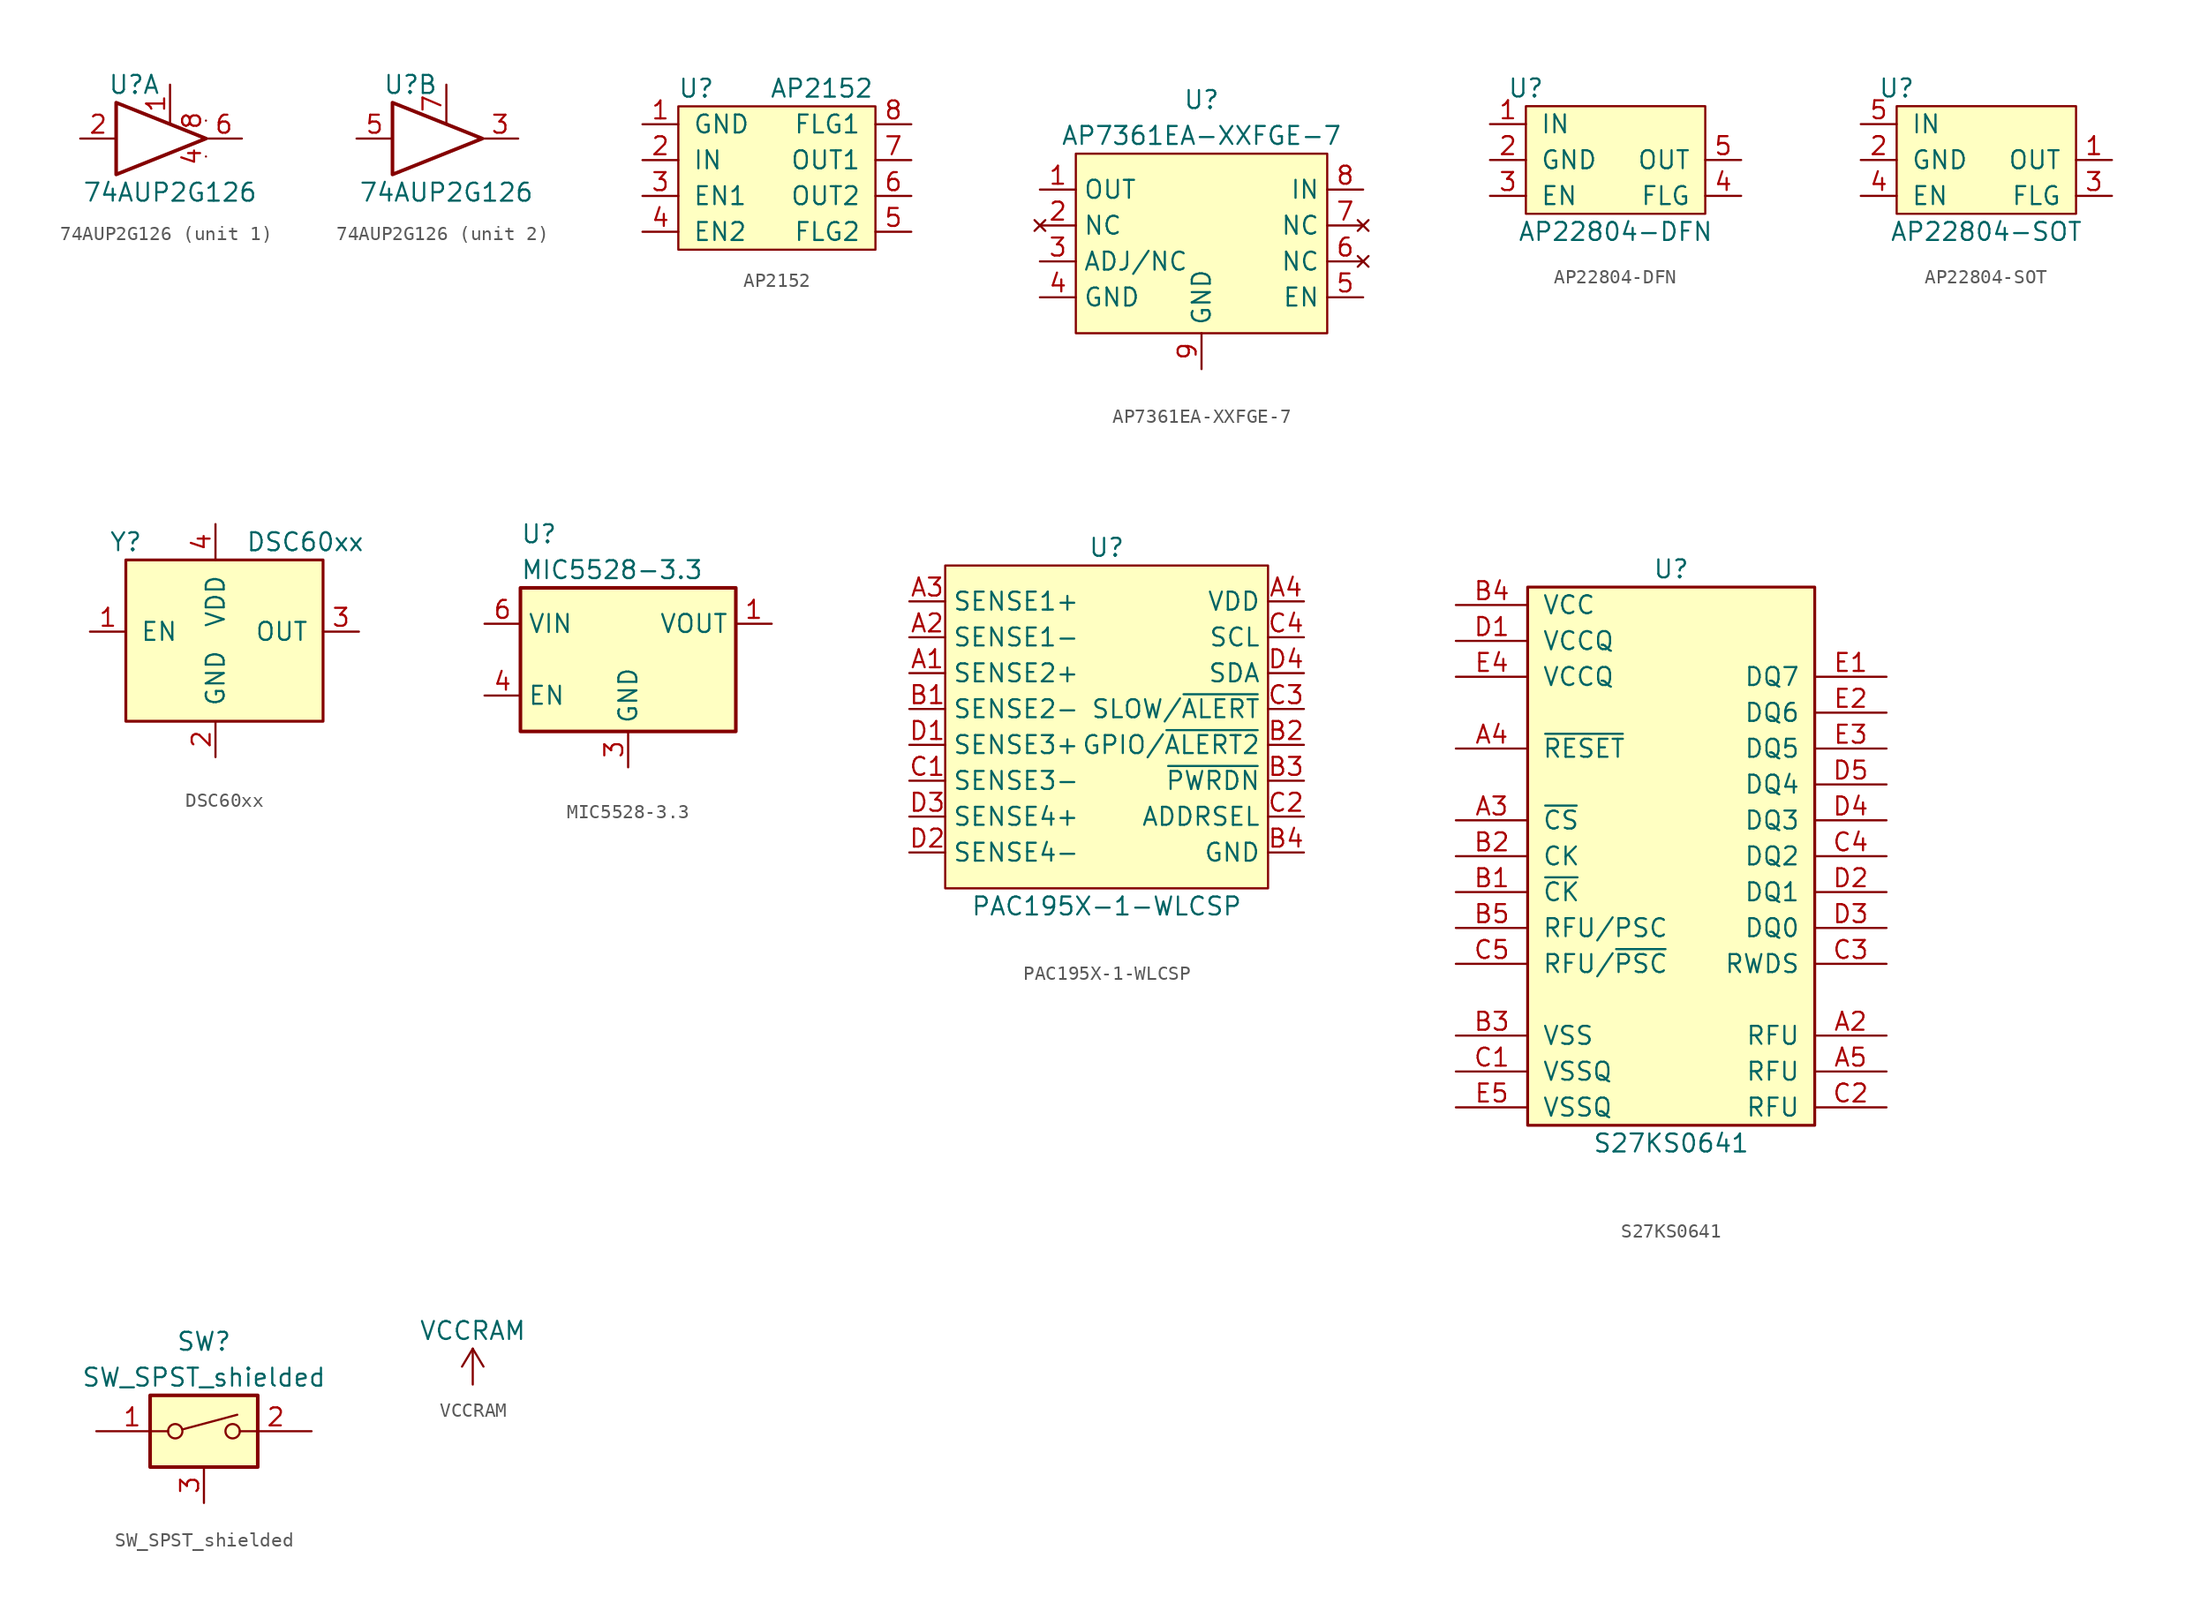
<source format=kicad_sym>
(kicad_symbol_lib
  (version 20211014)
  (generator kicad_symbol_editor)
  (symbol "74AUP2G126"
    (pin_names
      (offset 1.016))
    (property "Reference" "U"
      (at -2.54 3.81 0)
      (effects (font (size 1.27 1.27))))
    (property "Value" "74AUP2G126"
      (at 0 -3.81 0)
      (effects (font (size 1.27 1.27))))
    (property "ki_locked" ""
      (at 0 0 0)
      (effects (font (size 1.27 1.27))))
    (symbol "74AUP2G126_0_1"
      (polyline (pts (xy -3.81 2.54) (xy -3.81 -2.54) (xy 2.54 0) (xy -3.81 2.54)) (stroke (width 0.254) (type default) (color 0 0 0 0)) (fill (type none))))
    (symbol "74AUP2G126_1_1"
      (pin input line (at 0 3.81 270) (length 2.667) (name "~" (effects (font (size 1.27 1.27)))) (number "1" (effects (font (size 1.27 1.27)))))
      (pin input line (at -6.35 0 0) (length 2.54) (name "~" (effects (font (size 1.27 1.27)))) (number "2" (effects (font (size 1.27 1.27)))))
      (pin power_in line (at 2.54 -1.27 270) (length 0) (name "~" (effects (font (size 1.27 1.27)))) (number "4" (effects (font (size 1.27 1.27)))))
      (pin tri_state line (at 5.08 0 180) (length 2.54) (name "~" (effects (font (size 1.27 1.27)))) (number "6" (effects (font (size 1.27 1.27)))))
      (pin power_in line (at 2.54 1.27 270) (length 0) (name "~" (effects (font (size 1.27 1.27)))) (number "8" (effects (font (size 1.27 1.27))))))
    (symbol "74AUP2G126_2_1"
      (pin tri_state line (at 5.08 0 180) (length 2.54) (name "~" (effects (font (size 1.27 1.27)))) (number "3" (effects (font (size 1.27 1.27)))))
      (pin input line (at -6.35 0 0) (length 2.54) (name "~" (effects (font (size 1.27 1.27)))) (number "5" (effects (font (size 1.27 1.27)))))
      (pin input line (at 0 3.81 270) (length 2.667) (name "~" (effects (font (size 1.27 1.27)))) (number "7" (effects (font (size 1.27 1.27)))))))
  (symbol "AP2152"
    (pin_names
      (offset 1.016))
    (property "Reference" "U"
      (at 1.27 1.27 0)
      (effects (font (size 1.27 1.27))))
    (property "Value" "AP2152"
      (at 10.16 1.27 0)
      (effects (font (size 1.27 1.27))))
    (symbol "AP2152_0_1"
      (rectangle (start 0 0) (end 13.97 -10.16) (stroke (width 0) (type default) (color 0 0 0 0)) (fill (type background))))
    (symbol "AP2152_1_1"
      (pin power_in line (at -2.54 -1.27 0) (length 2.54) (name "GND" (effects (font (size 1.27 1.27)))) (number "1" (effects (font (size 1.27 1.27)))))
      (pin power_in line (at -2.54 -3.81 0) (length 2.54) (name "IN" (effects (font (size 1.27 1.27)))) (number "2" (effects (font (size 1.27 1.27)))))
      (pin input line (at -2.54 -6.35 0) (length 2.54) (name "EN1" (effects (font (size 1.27 1.27)))) (number "3" (effects (font (size 1.27 1.27)))))
      (pin input line (at -2.54 -8.89 0) (length 2.54) (name "EN2" (effects (font (size 1.27 1.27)))) (number "4" (effects (font (size 1.27 1.27)))))
      (pin output line (at 16.51 -8.89 180) (length 2.54) (name "FLG2" (effects (font (size 1.27 1.27)))) (number "5" (effects (font (size 1.27 1.27)))))
      (pin output line (at 16.51 -6.35 180) (length 2.54) (name "OUT2" (effects (font (size 1.27 1.27)))) (number "6" (effects (font (size 1.27 1.27)))))
      (pin output line (at 16.51 -3.81 180) (length 2.54) (name "OUT1" (effects (font (size 1.27 1.27)))) (number "7" (effects (font (size 1.27 1.27)))))
      (pin output line (at 16.51 -1.27 180) (length 2.54) (name "FLG1" (effects (font (size 1.27 1.27)))) (number "8" (effects (font (size 1.27 1.27)))))))
  (symbol "AP7361EA-XXFGE-7"
    (property "Reference" "U"
      (at 0 10.16 0)
      (effects (font (size 1.27 1.27))))
    (property "Value" "AP7361EA-XXFGE-7"
      (at 0 7.62 0)
      (effects (font (size 1.27 1.27))))
    (symbol "AP7361EA-XXFGE-7_0_1"
      (rectangle (start -8.89 6.35) (end 8.89 -6.35) (stroke (width 0.152) (type default) (color 0 0 0 0)) (fill (type background))))
    (symbol "AP7361EA-XXFGE-7_1_1"
      (pin power_out line (at -11.43 3.81 0) (length 2.54) (name "OUT" (effects (font (size 1.27 1.27)))) (number "1" (effects (font (size 1.27 1.27)))))
      (pin no_connect line (at -11.43 1.27 0) (length 2.54) (name "NC" (effects (font (size 1.27 1.27)))) (number "2" (effects (font (size 1.27 1.27)))))
      (pin passive line (at -11.43 -1.27 0) (length 2.54) (name "ADJ/NC" (effects (font (size 1.27 1.27)))) (number "3" (effects (font (size 1.27 1.27)))))
      (pin power_in line (at -11.43 -3.81 0) (length 2.54) (name "GND" (effects (font (size 1.27 1.27)))) (number "4" (effects (font (size 1.27 1.27)))))
      (pin input line (at 11.43 -3.81 180) (length 2.54) (name "EN" (effects (font (size 1.27 1.27)))) (number "5" (effects (font (size 1.27 1.27)))))
      (pin no_connect line (at 11.43 -1.27 180) (length 2.54) (name "NC" (effects (font (size 1.27 1.27)))) (number "6" (effects (font (size 1.27 1.27)))))
      (pin no_connect line (at 11.43 1.27 180) (length 2.54) (name "NC" (effects (font (size 1.27 1.27)))) (number "7" (effects (font (size 1.27 1.27)))))
      (pin power_in line (at 11.43 3.81 180) (length 2.54) (name "IN" (effects (font (size 1.27 1.27)))) (number "8" (effects (font (size 1.27 1.27)))))
      (pin power_in line (at 0 -8.89 90) (length 2.54) (name "GND" (effects (font (size 1.27 1.27)))) (number "9" (effects (font (size 1.27 1.27)))))))
  (symbol "AP22804-DFN"
    (pin_names
      (offset 1.016))
    (property "Reference" "U"
      (at 0 1.27 0)
      (effects (font (size 1.27 1.27))))
    (property "Value" "AP22804-DFN"
      (at 6.35 -8.89 0)
      (effects (font (size 1.27 1.27))))
    (symbol "AP22804-DFN_0_1"
      (rectangle (start 0 0) (end 12.7 -7.62) (stroke (width 0) (type default) (color 0 0 0 0)) (fill (type background))))
    (symbol "AP22804-DFN_1_1"
      (pin passive line (at -2.54 -1.27 0) (length 2.54) (name "IN" (effects (font (size 1.27 1.27)))) (number "1" (effects (font (size 1.27 1.27)))))
      (pin power_in line (at -2.54 -3.81 0) (length 2.54) (name "GND" (effects (font (size 1.27 1.27)))) (number "2" (effects (font (size 1.27 1.27)))))
      (pin input line (at -2.54 -6.35 0) (length 2.54) (name "EN" (effects (font (size 1.27 1.27)))) (number "3" (effects (font (size 1.27 1.27)))))
      (pin open_collector line (at 15.24 -6.35 180) (length 2.54) (name "FLG" (effects (font (size 1.27 1.27)))) (number "4" (effects (font (size 1.27 1.27)))))
      (pin passive line (at 15.24 -3.81 180) (length 2.54) (name "OUT" (effects (font (size 1.27 1.27)))) (number "5" (effects (font (size 1.27 1.27)))))))
  (symbol "AP22804-SOT"
    (pin_names
      (offset 1.016))
    (property "Reference" "U"
      (at 0 1.27 0)
      (effects (font (size 1.27 1.27))))
    (property "Value" "AP22804-SOT"
      (at 6.35 -8.89 0)
      (effects (font (size 1.27 1.27))))
    (symbol "AP22804-SOT_0_1"
      (rectangle (start 0 0) (end 12.7 -7.62) (stroke (width 0) (type default) (color 0 0 0 0)) (fill (type background))))
    (symbol "AP22804-SOT_1_1"
      (pin passive line (at 15.24 -3.81 180) (length 2.54) (name "OUT" (effects (font (size 1.27 1.27)))) (number "1" (effects (font (size 1.27 1.27)))))
      (pin power_in line (at -2.54 -3.81 0) (length 2.54) (name "GND" (effects (font (size 1.27 1.27)))) (number "2" (effects (font (size 1.27 1.27)))))
      (pin open_collector line (at 15.24 -6.35 180) (length 2.54) (name "FLG" (effects (font (size 1.27 1.27)))) (number "3" (effects (font (size 1.27 1.27)))))
      (pin input line (at -2.54 -6.35 0) (length 2.54) (name "EN" (effects (font (size 1.27 1.27)))) (number "4" (effects (font (size 1.27 1.27)))))
      (pin passive line (at -2.54 -1.27 0) (length 2.54) (name "IN" (effects (font (size 1.27 1.27)))) (number "5" (effects (font (size 1.27 1.27)))))))
  (symbol "DSC60xx"
    (pin_names
      (offset 1.016))
    (property "Reference" "Y"
      (at 0 1.27 0)
      (effects (font (size 1.27 1.27))))
    (property "Value" "DSC60xx"
      (at 12.7 1.27 0)
      (effects (font (size 1.27 1.27))))
    (symbol "DSC60xx_0_1"
      (rectangle (start 0 0) (end 13.97 -11.43) (stroke (width 0.203) (type default) (color 0 0 0 0)) (fill (type background))))
    (symbol "DSC60xx_1_1"
      (pin input line (at -2.54 -5.08 0) (length 2.54) (name "EN" (effects (font (size 1.27 1.27)))) (number "1" (effects (font (size 1.27 1.27)))))
      (pin power_in line (at 6.35 -13.97 90) (length 2.54) (name "GND" (effects (font (size 1.27 1.27)))) (number "2" (effects (font (size 1.27 1.27)))))
      (pin output line (at 16.51 -5.08 180) (length 2.54) (name "OUT" (effects (font (size 1.27 1.27)))) (number "3" (effects (font (size 1.27 1.27)))))
      (pin power_in line (at 6.35 2.54 270) (length 2.54) (name "VDD" (effects (font (size 1.27 1.27)))) (number "4" (effects (font (size 1.27 1.27)))))))
  (symbol "MIC5528-3.3"
    (property "Reference" "U"
      (at -7.62 8.89 0)
      (effects (font (size 1.27 1.27)) (justify left)))
    (property "Value" "MIC5528-3.3"
      (at -7.62 6.35 0)
      (effects (font (size 1.27 1.27)) (justify left)))
    (symbol "MIC5528-3.3_0_1"
      (rectangle (start -7.62 -5.08) (end 7.62 5.08) (stroke (width 0.254) (type default) (color 0 0 0 0)) (fill (type background))))
    (symbol "MIC5528-3.3_1_1"
      (pin power_out line (at 10.16 2.54 180) (length 2.54) (name "VOUT" (effects (font (size 1.27 1.27)))) (number "1" (effects (font (size 1.27 1.27)))))
      (pin power_out line (at 10.16 2.54 180) (length 2.54) hide (name "VOUT" (effects (font (size 1.27 1.27)))) (number "2" (effects (font (size 1.27 1.27)))))
      (pin power_in line (at 0 -7.62 90) (length 2.54) (name "GND" (effects (font (size 1.27 1.27)))) (number "3" (effects (font (size 1.27 1.27)))))
      (pin input line (at -10.16 -2.54 0) (length 2.54) (name "EN" (effects (font (size 1.27 1.27)))) (number "4" (effects (font (size 1.27 1.27)))))
      (pin no_connect line (at 7.62 -2.54 180) (length 2.54) hide (name "NC" (effects (font (size 1.27 1.27)))) (number "5" (effects (font (size 1.27 1.27)))))
      (pin power_in line (at -10.16 2.54 0) (length 2.54) (name "VIN" (effects (font (size 1.27 1.27)))) (number "6" (effects (font (size 1.27 1.27)))))))
  (symbol "PAC195X-1-WLCSP"
    (property "Reference" "U"
      (at 0 12.7 0)
      (effects (font (size 1.27 1.27))))
    (property "Value" "PAC195X-1-WLCSP"
      (at 0 -12.7 0)
      (effects (font (size 1.27 1.27))))
    (symbol "PAC195X-1-WLCSP_0_1"
      (rectangle (start -11.43 11.43) (end 11.43 -11.43) (stroke (width 0.152) (type default) (color 0 0 0 0)) (fill (type background))))
    (symbol "PAC195X-1-WLCSP_1_1"
      (pin input line (at -13.97 3.81 0) (length 2.54) (name "SENSE2+" (effects (font (size 1.27 1.27)))) (number "A1" (effects (font (size 1.27 1.27)))))
      (pin input line (at -13.97 6.35 0) (length 2.54) (name "SENSE1-" (effects (font (size 1.27 1.27)))) (number "A2" (effects (font (size 1.27 1.27)))))
      (pin input line (at -13.97 8.89 0) (length 2.54) (name "SENSE1+" (effects (font (size 1.27 1.27)))) (number "A3" (effects (font (size 1.27 1.27)))))
      (pin power_in line (at 13.97 8.89 180) (length 2.54) (name "VDD" (effects (font (size 1.27 1.27)))) (number "A4" (effects (font (size 1.27 1.27)))))
      (pin input line (at -13.97 1.27 0) (length 2.54) (name "SENSE2-" (effects (font (size 1.27 1.27)))) (number "B1" (effects (font (size 1.27 1.27)))))
      (pin bidirectional line (at 13.97 -1.27 180) (length 2.54) (name "GPIO/~{ALERT2}" (effects (font (size 1.27 1.27)))) (number "B2" (effects (font (size 1.27 1.27)))))
      (pin input line (at 13.97 -3.81 180) (length 2.54) (name "~{PWRDN}" (effects (font (size 1.27 1.27)))) (number "B3" (effects (font (size 1.27 1.27)))))
      (pin power_in line (at 13.97 -8.89 180) (length 2.54) (name "GND" (effects (font (size 1.27 1.27)))) (number "B4" (effects (font (size 1.27 1.27)))))
      (pin input line (at -13.97 -3.81 0) (length 2.54) (name "SENSE3-" (effects (font (size 1.27 1.27)))) (number "C1" (effects (font (size 1.27 1.27)))))
      (pin passive line (at 13.97 -6.35 180) (length 2.54) (name "ADDRSEL" (effects (font (size 1.27 1.27)))) (number "C2" (effects (font (size 1.27 1.27)))))
      (pin bidirectional line (at 13.97 1.27 180) (length 2.54) (name "SLOW/~{ALERT}" (effects (font (size 1.27 1.27)))) (number "C3" (effects (font (size 1.27 1.27)))))
      (pin input line (at 13.97 6.35 180) (length 2.54) (name "SCL" (effects (font (size 1.27 1.27)))) (number "C4" (effects (font (size 1.27 1.27)))))
      (pin input line (at -13.97 -1.27 0) (length 2.54) (name "SENSE3+" (effects (font (size 1.27 1.27)))) (number "D1" (effects (font (size 1.27 1.27)))))
      (pin input line (at -13.97 -8.89 0) (length 2.54) (name "SENSE4-" (effects (font (size 1.27 1.27)))) (number "D2" (effects (font (size 1.27 1.27)))))
      (pin input line (at -13.97 -6.35 0) (length 2.54) (name "SENSE4+" (effects (font (size 1.27 1.27)))) (number "D3" (effects (font (size 1.27 1.27)))))
      (pin bidirectional line (at 13.97 3.81 180) (length 2.54) (name "SDA" (effects (font (size 1.27 1.27)))) (number "D4" (effects (font (size 1.27 1.27)))))))
  (symbol "S27KS0641"
    (pin_names
      (offset 1.016))
    (property "Reference" "U"
      (at 0 20.32 0)
      (effects (font (size 1.27 1.27))))
    (property "Value" "S27KS0641"
      (at 0 -20.32 0)
      (effects (font (size 1.27 1.27))))
    (symbol "S27KS0641_0_1"
      (rectangle (start -10.16 19.05) (end 10.16 -19.05) (stroke (width 0.203) (type default) (color 0 0 0 0)) (fill (type background))))
    (symbol "S27KS0641_1_1"
      (pin passive line (at 15.24 -12.7 180) (length 5.08) (name "RFU" (effects (font (size 1.27 1.27)))) (number "A2" (effects (font (size 1.27 1.27)))))
      (pin input line (at -15.24 2.54 0) (length 5.08) (name "~{CS}" (effects (font (size 1.27 1.27)))) (number "A3" (effects (font (size 1.27 1.27)))))
      (pin input line (at -15.24 7.62 0) (length 5.08) (name "~{RESET}" (effects (font (size 1.27 1.27)))) (number "A4" (effects (font (size 1.27 1.27)))))
      (pin passive line (at 15.24 -15.24 180) (length 5.08) (name "RFU" (effects (font (size 1.27 1.27)))) (number "A5" (effects (font (size 1.27 1.27)))))
      (pin input line (at -15.24 -2.54 0) (length 5.08) (name "~{CK}" (effects (font (size 1.27 1.27)))) (number "B1" (effects (font (size 1.27 1.27)))))
      (pin input line (at -15.24 0 0) (length 5.08) (name "CK" (effects (font (size 1.27 1.27)))) (number "B2" (effects (font (size 1.27 1.27)))))
      (pin power_in line (at -15.24 -12.7 0) (length 5.08) (name "VSS" (effects (font (size 1.27 1.27)))) (number "B3" (effects (font (size 1.27 1.27)))))
      (pin power_in line (at -15.24 17.78 0) (length 5.08) (name "VCC" (effects (font (size 1.27 1.27)))) (number "B4" (effects (font (size 1.27 1.27)))))
      (pin input line (at -15.24 -5.08 0) (length 5.08) (name "RFU/PSC" (effects (font (size 1.27 1.27)))) (number "B5" (effects (font (size 1.27 1.27)))))
      (pin power_in line (at -15.24 -15.24 0) (length 5.08) (name "VSSQ" (effects (font (size 1.27 1.27)))) (number "C1" (effects (font (size 1.27 1.27)))))
      (pin passive line (at 15.24 -17.78 180) (length 5.08) (name "RFU" (effects (font (size 1.27 1.27)))) (number "C2" (effects (font (size 1.27 1.27)))))
      (pin bidirectional line (at 15.24 -7.62 180) (length 5.08) (name "RWDS" (effects (font (size 1.27 1.27)))) (number "C3" (effects (font (size 1.27 1.27)))))
      (pin bidirectional line (at 15.24 0 180) (length 5.08) (name "DQ2" (effects (font (size 1.27 1.27)))) (number "C4" (effects (font (size 1.27 1.27)))))
      (pin input line (at -15.24 -7.62 0) (length 5.08) (name "RFU/~{PSC}" (effects (font (size 1.27 1.27)))) (number "C5" (effects (font (size 1.27 1.27)))))
      (pin power_in line (at -15.24 15.24 0) (length 5.08) (name "VCCQ" (effects (font (size 1.27 1.27)))) (number "D1" (effects (font (size 1.27 1.27)))))
      (pin bidirectional line (at 15.24 -2.54 180) (length 5.08) (name "DQ1" (effects (font (size 1.27 1.27)))) (number "D2" (effects (font (size 1.27 1.27)))))
      (pin bidirectional line (at 15.24 -5.08 180) (length 5.08) (name "DQ0" (effects (font (size 1.27 1.27)))) (number "D3" (effects (font (size 1.27 1.27)))))
      (pin bidirectional line (at 15.24 2.54 180) (length 5.08) (name "DQ3" (effects (font (size 1.27 1.27)))) (number "D4" (effects (font (size 1.27 1.27)))))
      (pin bidirectional line (at 15.24 5.08 180) (length 5.08) (name "DQ4" (effects (font (size 1.27 1.27)))) (number "D5" (effects (font (size 1.27 1.27)))))
      (pin bidirectional line (at 15.24 12.7 180) (length 5.08) (name "DQ7" (effects (font (size 1.27 1.27)))) (number "E1" (effects (font (size 1.27 1.27)))))
      (pin bidirectional line (at 15.24 10.16 180) (length 5.08) (name "DQ6" (effects (font (size 1.27 1.27)))) (number "E2" (effects (font (size 1.27 1.27)))))
      (pin bidirectional line (at 15.24 7.62 180) (length 5.08) (name "DQ5" (effects (font (size 1.27 1.27)))) (number "E3" (effects (font (size 1.27 1.27)))))
      (pin power_in line (at -15.24 12.7 0) (length 5.08) (name "VCCQ" (effects (font (size 1.27 1.27)))) (number "E4" (effects (font (size 1.27 1.27)))))
      (pin power_in line (at -15.24 -17.78 0) (length 5.08) (name "VSSQ" (effects (font (size 1.27 1.27)))) (number "E5" (effects (font (size 1.27 1.27)))))))
  (symbol "SW_SPST_shielded"
    (pin_names
      (offset 0) hide)
    (property "Reference" "SW"
      (at 0 6.35 0)
      (effects (font (size 1.27 1.27))))
    (property "Value" "SW_SPST_shielded"
      (at 0 3.81 0)
      (effects (font (size 1.27 1.27))))
    (symbol "SW_SPST_shielded_0_0"
      (circle (center -2.032 0) (radius 0.508) (stroke (width 0) (type default) (color 0 0 0 0)) (fill (type none)))
      (polyline (pts (xy -1.524 0.127) (xy 2.362 1.168)) (stroke (width 0) (type default) (color 0 0 0 0)) (fill (type none)))
      (circle (center 2.032 0) (radius 0.508) (stroke (width 0) (type default) (color 0 0 0 0)) (fill (type none))))
    (symbol "SW_SPST_shielded_0_1"
      (rectangle (start -3.81 2.54) (end 3.81 -2.54) (stroke (width 0.254) (type default) (color 0 0 0 0)) (fill (type background))))
    (symbol "SW_SPST_shielded_1_1"
      (pin passive line (at -7.62 0 0) (length 5.08) (name "~" (effects (font (size 1.27 1.27)))) (number "1" (effects (font (size 1.27 1.27)))))
      (pin passive line (at 7.62 0 180) (length 5.08) (name "~" (effects (font (size 1.27 1.27)))) (number "2" (effects (font (size 1.27 1.27)))))
      (pin passive line (at 0 -5.08 90) (length 2.54) (name "SHIELD" (effects (font (size 1.27 1.27)))) (number "3" (effects (font (size 1.27 1.27)))))))
  (symbol "VCCRAM"
    (power)
    (pin_names
      (offset 0))
    (property "Reference" "#PWR"
      (at 0 -3.81 0)
      (effects (font (size 1.27 1.27)) hide))
    (property "Value" "VCCRAM"
      (at 0 3.81 0)
      (effects (font (size 1.27 1.27))))
    (symbol "VCCRAM_0_1"
      (polyline (pts (xy -0.762 1.27) (xy 0 2.54)) (stroke (width 0) (type default) (color 0 0 0 0)) (fill (type none)))
      (polyline (pts (xy 0 0) (xy 0 2.54)) (stroke (width 0) (type default) (color 0 0 0 0)) (fill (type none)))
      (polyline (pts (xy 0 2.54) (xy 0.762 1.27)) (stroke (width 0) (type default) (color 0 0 0 0)) (fill (type none))))
    (symbol "VCCRAM_1_1"
      (pin power_in line (at 0 0 90) (length 0) hide (name "VCCRAM" (effects (font (size 1.27 1.27)))) (number "1" (effects (font (size 1.27 1.27))))))))
</source>
